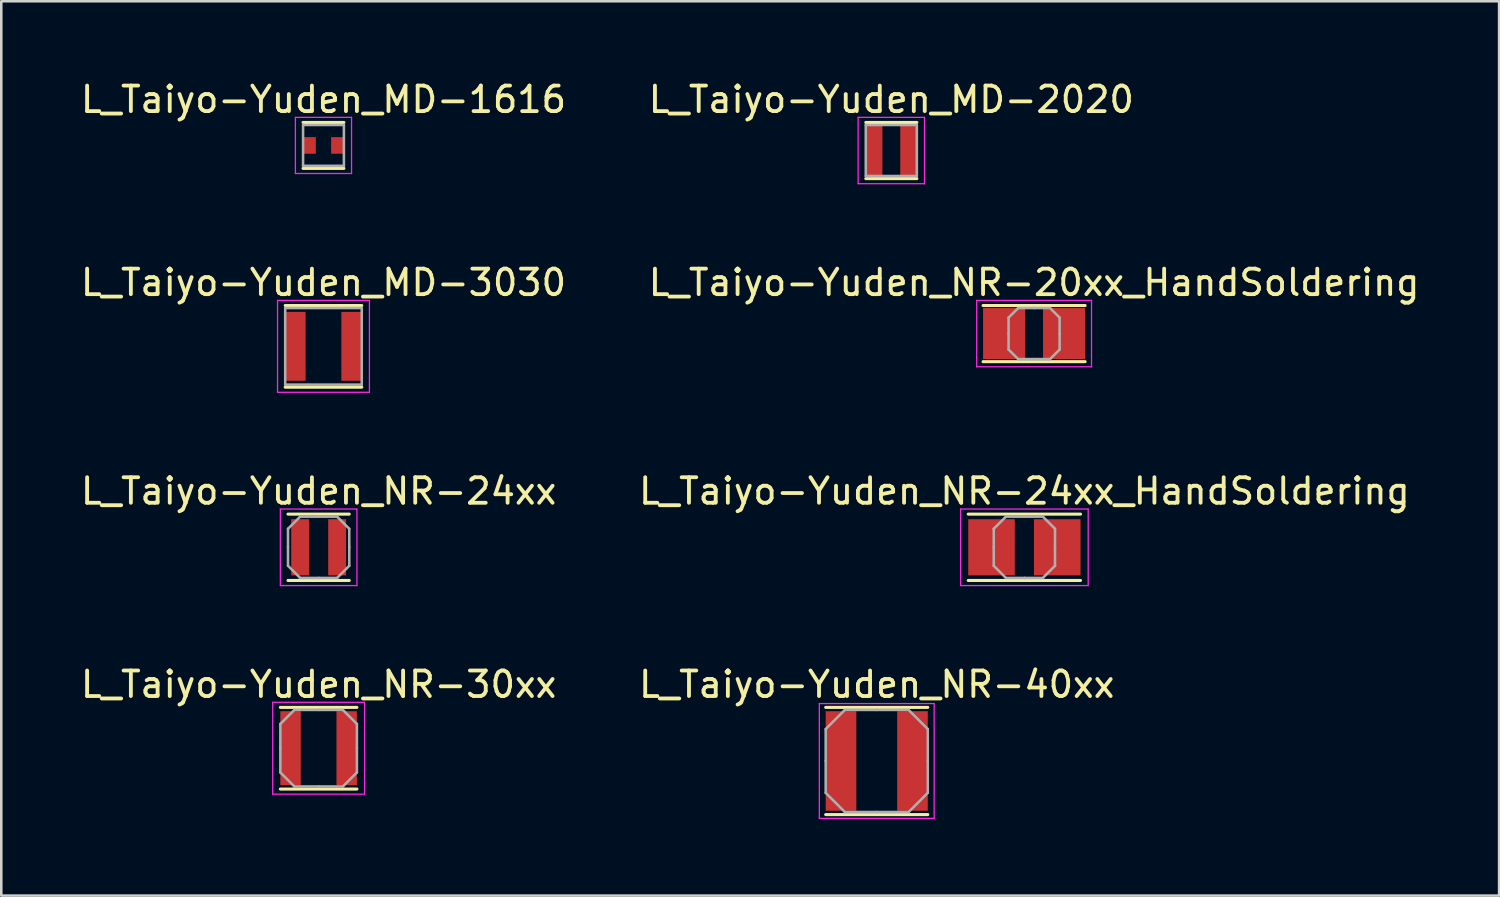
<source format=kicad_pcb>
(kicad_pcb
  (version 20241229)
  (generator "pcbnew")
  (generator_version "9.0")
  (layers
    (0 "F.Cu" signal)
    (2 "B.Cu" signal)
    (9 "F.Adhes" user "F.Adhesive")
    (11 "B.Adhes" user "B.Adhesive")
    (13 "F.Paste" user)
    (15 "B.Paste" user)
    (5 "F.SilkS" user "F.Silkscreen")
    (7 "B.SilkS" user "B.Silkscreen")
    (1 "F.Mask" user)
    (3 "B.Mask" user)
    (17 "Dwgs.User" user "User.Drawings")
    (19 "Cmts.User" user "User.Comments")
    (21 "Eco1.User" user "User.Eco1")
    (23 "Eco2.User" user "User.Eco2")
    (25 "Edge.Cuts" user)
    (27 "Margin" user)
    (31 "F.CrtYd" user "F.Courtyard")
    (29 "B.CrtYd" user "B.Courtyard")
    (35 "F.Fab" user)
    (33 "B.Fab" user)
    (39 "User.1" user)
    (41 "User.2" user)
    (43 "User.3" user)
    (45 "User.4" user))
  (footprint "L_Taiyo-Yuden_NR-24xx_HandSoldering"
    (layer "F.Cu")
    (at 37.089 18.395)
    (property "Reference" "L_Taiyo-Yuden_NR-24xx_HandSoldering" (at 0 -2.2 0) (layer "F.SilkS") (effects (font (size 1 1) (thickness 0.15))))
    (attr smd)
    (fp_line (start -2.2 -1.3) (end 2.2 -1.3) (stroke (width 0.12) (type solid)) (layer "F.SilkS"))
    (fp_line (start -2.2 1.3) (end 2.2 1.3) (stroke (width 0.12) (type solid)) (layer "F.SilkS"))
    (fp_line (start -2.5 -1.5) (end -2.5 1.5) (stroke (width 0.05) (type solid)) (layer "F.CrtYd"))
    (fp_line (start -2.5 1.5) (end 2.5 1.5) (stroke (width 0.05) (type solid)) (layer "F.CrtYd"))
    (fp_line (start 2.5 -1.5) (end -2.5 -1.5) (stroke (width 0.05) (type solid)) (layer "F.CrtYd"))
    (fp_line (start 2.5 1.5) (end 2.5 -1.5) (stroke (width 0.05) (type solid)) (layer "F.CrtYd"))
    (fp_line (start -1.2 -0.725) (end -0.725 -1.2) (stroke (width 0.1) (type solid)) (layer "F.Fab"))
    (fp_line (start -1.2 0) (end -1.2 -0.725) (stroke (width 0.1) (type solid)) (layer "F.Fab"))
    (fp_line (start -1.2 0) (end -1.2 0.725) (stroke (width 0.1) (type solid)) (layer "F.Fab"))
    (fp_line (start -1.2 0.725) (end -0.725 1.2) (stroke (width 0.1) (type solid)) (layer "F.Fab"))
    (fp_line (start -0.725 -1.2) (end 0 -1.2) (stroke (width 0.1) (type solid)) (layer "F.Fab"))
    (fp_line (start -0.725 1.2) (end 0 1.2) (stroke (width 0.1) (type solid)) (layer "F.Fab"))
    (fp_line (start 0.725 -1.2) (end 0 -1.2) (stroke (width 0.1) (type solid)) (layer "F.Fab"))
    (fp_line (start 0.725 1.2) (end 0 1.2) (stroke (width 0.1) (type solid)) (layer "F.Fab"))
    (fp_line (start 1.2 -0.725) (end 0.725 -1.2) (stroke (width 0.1) (type solid)) (layer "F.Fab"))
    (fp_line (start 1.2 0) (end 1.2 -0.725) (stroke (width 0.1) (type solid)) (layer "F.Fab"))
    (fp_line (start 1.2 0) (end 1.2 0.725) (stroke (width 0.1) (type solid)) (layer "F.Fab"))
    (fp_line (start 1.2 0.725) (end 0.725 1.2) (stroke (width 0.1) (type solid)) (layer "F.Fab"))
    (pad "1" smd rect (at -1.288 0) (size 1.825 2.2) (layers "F.Cu" "F.Mask" "F.Paste"))
    (pad "2" smd rect (at 1.288 0) (size 1.825 2.2) (layers "F.Cu" "F.Mask" "F.Paste")))
  (footprint "L_Taiyo-Yuden_MD-1616"
    (layer "F.Cu")
    (at 9.625 2.648)
    (property "Reference" "L_Taiyo-Yuden_MD-1616" (at 0 -1.8 0) (layer "F.SilkS") (effects (font (size 1 1) (thickness 0.15))))
    (attr smd)
    (fp_line (start -0.8 -0.9) (end 0.8 -0.9) (stroke (width 0.12) (type solid)) (layer "F.SilkS"))
    (fp_line (start -0.8 0.9) (end 0.8 0.9) (stroke (width 0.12) (type solid)) (layer "F.SilkS"))
    (fp_line (start -1.1 -1.1) (end -1.1 1.1) (stroke (width 0.05) (type solid)) (layer "F.CrtYd"))
    (fp_line (start -1.1 1.1) (end 1.1 1.1) (stroke (width 0.05) (type solid)) (layer "F.CrtYd"))
    (fp_line (start 1.1 -1.1) (end -1.1 -1.1) (stroke (width 0.05) (type solid)) (layer "F.CrtYd"))
    (fp_line (start 1.1 1.1) (end 1.1 -1.1) (stroke (width 0.05) (type solid)) (layer "F.CrtYd"))
    (fp_line (start -0.8 -0.8) (end -0.8 0.8) (stroke (width 0.1) (type solid)) (layer "F.Fab"))
    (fp_line (start -0.8 0.8) (end 0.8 0.8) (stroke (width 0.1) (type solid)) (layer "F.Fab"))
    (fp_line (start 0.8 -0.8) (end -0.8 -0.8) (stroke (width 0.1) (type solid)) (layer "F.Fab"))
    (fp_line (start 0.8 0.8) (end 0.8 -0.8) (stroke (width 0.1) (type solid)) (layer "F.Fab"))
    (pad "1" smd rect (at -0.55 0) (size 0.5 0.65) (layers "F.Cu" "F.Mask" "F.Paste"))
    (pad "2" smd rect (at 0.55 0) (size 0.5 0.65) (layers "F.Cu" "F.Mask" "F.Paste")))
  (footprint "L_Taiyo-Yuden_NR-30xx"
    (layer "F.Cu")
    (at 9.435 26.268)
    (property "Reference" "L_Taiyo-Yuden_NR-30xx" (at 0 -2.5 0) (layer "F.SilkS") (effects (font (size 1 1) (thickness 0.15))))
    (attr smd)
    (fp_line (start -1.5 -1.6) (end 1.5 -1.6) (stroke (width 0.12) (type solid)) (layer "F.SilkS"))
    (fp_line (start -1.5 1.6) (end 1.5 1.6) (stroke (width 0.12) (type solid)) (layer "F.SilkS"))
    (fp_line (start -1.8 -1.8) (end -1.8 1.8) (stroke (width 0.05) (type solid)) (layer "F.CrtYd"))
    (fp_line (start -1.8 1.8) (end 1.8 1.8) (stroke (width 0.05) (type solid)) (layer "F.CrtYd"))
    (fp_line (start 1.8 -1.8) (end -1.8 -1.8) (stroke (width 0.05) (type solid)) (layer "F.CrtYd"))
    (fp_line (start 1.8 1.8) (end 1.8 -1.8) (stroke (width 0.05) (type solid)) (layer "F.CrtYd"))
    (fp_line (start -1.5 -0.95) (end -0.95 -1.5) (stroke (width 0.1) (type solid)) (layer "F.Fab"))
    (fp_line (start -1.5 0) (end -1.5 -0.95) (stroke (width 0.1) (type solid)) (layer "F.Fab"))
    (fp_line (start -1.5 0) (end -1.5 0.95) (stroke (width 0.1) (type solid)) (layer "F.Fab"))
    (fp_line (start -1.5 0.95) (end -0.95 1.5) (stroke (width 0.1) (type solid)) (layer "F.Fab"))
    (fp_line (start -0.95 -1.5) (end 0 -1.5) (stroke (width 0.1) (type solid)) (layer "F.Fab"))
    (fp_line (start -0.95 1.5) (end 0 1.5) (stroke (width 0.1) (type solid)) (layer "F.Fab"))
    (fp_line (start 0.95 -1.5) (end 0 -1.5) (stroke (width 0.1) (type solid)) (layer "F.Fab"))
    (fp_line (start 0.95 1.5) (end 0 1.5) (stroke (width 0.1) (type solid)) (layer "F.Fab"))
    (fp_line (start 1.5 -0.95) (end 0.95 -1.5) (stroke (width 0.1) (type solid)) (layer "F.Fab"))
    (fp_line (start 1.5 0) (end 1.5 -0.95) (stroke (width 0.1) (type solid)) (layer "F.Fab"))
    (fp_line (start 1.5 0) (end 1.5 0.95) (stroke (width 0.1) (type solid)) (layer "F.Fab"))
    (fp_line (start 1.5 0.95) (end 0.95 1.5) (stroke (width 0.1) (type solid)) (layer "F.Fab"))
    (pad "1" smd rect (at -1.1 0) (size 0.8 2.9) (layers "F.Cu" "F.Mask" "F.Paste"))
    (pad "2" smd rect (at 1.1 0) (size 0.8 2.9) (layers "F.Cu" "F.Mask" "F.Paste")))
  (footprint "L_Taiyo-Yuden_MD-2020"
    (layer "F.Cu")
    (at 31.875 2.848)
    (property "Reference" "L_Taiyo-Yuden_MD-2020" (at 0 -2 0) (layer "F.SilkS") (effects (font (size 1 1) (thickness 0.15))))
    (attr smd)
    (fp_line (start -1 -1.1) (end 1 -1.1) (stroke (width 0.12) (type solid)) (layer "F.SilkS"))
    (fp_line (start -1 1.1) (end 1 1.1) (stroke (width 0.12) (type solid)) (layer "F.SilkS"))
    (fp_line (start -1.3 -1.3) (end -1.3 1.3) (stroke (width 0.05) (type solid)) (layer "F.CrtYd"))
    (fp_line (start -1.3 1.3) (end 1.3 1.3) (stroke (width 0.05) (type solid)) (layer "F.CrtYd"))
    (fp_line (start 1.3 -1.3) (end -1.3 -1.3) (stroke (width 0.05) (type solid)) (layer "F.CrtYd"))
    (fp_line (start 1.3 1.3) (end 1.3 -1.3) (stroke (width 0.05) (type solid)) (layer "F.CrtYd"))
    (fp_line (start -1 -1) (end -1 1) (stroke (width 0.1) (type solid)) (layer "F.Fab"))
    (fp_line (start -1 1) (end 1 1) (stroke (width 0.1) (type solid)) (layer "F.Fab"))
    (fp_line (start 1 -1) (end -1 -1) (stroke (width 0.1) (type solid)) (layer "F.Fab"))
    (fp_line (start 1 1) (end 1 -1) (stroke (width 0.1) (type solid)) (layer "F.Fab"))
    (pad "1" smd rect (at -0.675 0) (size 0.65 2) (layers "F.Cu" "F.Mask" "F.Paste"))
    (pad "2" smd rect (at 0.675 0) (size 0.65 2) (layers "F.Cu" "F.Mask" "F.Paste")))
  (footprint "L_Taiyo-Yuden_NR-40xx"
    (layer "F.Cu")
    (at 31.304 26.768)
    (property "Reference" "L_Taiyo-Yuden_NR-40xx" (at 0 -3 0) (layer "F.SilkS") (effects (font (size 1 1) (thickness 0.15))))
    (attr smd)
    (fp_line (start -2 -2.1) (end 2 -2.1) (stroke (width 0.12) (type solid)) (layer "F.SilkS"))
    (fp_line (start -2 2.1) (end 2 2.1) (stroke (width 0.12) (type solid)) (layer "F.SilkS"))
    (fp_line (start -2.25 -2.25) (end -2.25 2.25) (stroke (width 0.05) (type solid)) (layer "F.CrtYd"))
    (fp_line (start -2.25 2.25) (end 2.25 2.25) (stroke (width 0.05) (type solid)) (layer "F.CrtYd"))
    (fp_line (start 2.25 -2.25) (end -2.25 -2.25) (stroke (width 0.05) (type solid)) (layer "F.CrtYd"))
    (fp_line (start 2.25 2.25) (end 2.25 -2.25) (stroke (width 0.05) (type solid)) (layer "F.CrtYd"))
    (fp_line (start -2 -1.25) (end -1.25 -2) (stroke (width 0.1) (type solid)) (layer "F.Fab"))
    (fp_line (start -2 0) (end -2 -1.25) (stroke (width 0.1) (type solid)) (layer "F.Fab"))
    (fp_line (start -2 0) (end -2 1.25) (stroke (width 0.1) (type solid)) (layer "F.Fab"))
    (fp_line (start -2 1.25) (end -1.25 2) (stroke (width 0.1) (type solid)) (layer "F.Fab"))
    (fp_line (start -1.25 -2) (end 0 -2) (stroke (width 0.1) (type solid)) (layer "F.Fab"))
    (fp_line (start -1.25 2) (end 0 2) (stroke (width 0.1) (type solid)) (layer "F.Fab"))
    (fp_line (start 1.25 -2) (end 0 -2) (stroke (width 0.1) (type solid)) (layer "F.Fab"))
    (fp_line (start 1.25 2) (end 0 2) (stroke (width 0.1) (type solid)) (layer "F.Fab"))
    (fp_line (start 2 -1.25) (end 1.25 -2) (stroke (width 0.1) (type solid)) (layer "F.Fab"))
    (fp_line (start 2 0) (end 2 -1.25) (stroke (width 0.1) (type solid)) (layer "F.Fab"))
    (fp_line (start 2 0) (end 2 1.25) (stroke (width 0.1) (type solid)) (layer "F.Fab"))
    (fp_line (start 2 1.25) (end 1.25 2) (stroke (width 0.1) (type solid)) (layer "F.Fab"))
    (pad "1" smd rect (at -1.4 0) (size 1.2 3.9) (layers "F.Cu" "F.Mask" "F.Paste"))
    (pad "2" smd rect (at 1.4 0) (size 1.2 3.9) (layers "F.Cu" "F.Mask" "F.Paste")))
  (footprint "L_Taiyo-Yuden_NR-20xx_HandSoldering"
    (layer "F.Cu")
    (at 37.47 10.021)
    (property "Reference" "L_Taiyo-Yuden_NR-20xx_HandSoldering" (at 0 -2 0) (layer "F.SilkS") (effects (font (size 1 1) (thickness 0.15))))
    (attr smd)
    (fp_line (start -2 -1.1) (end 2 -1.1) (stroke (width 0.12) (type solid)) (layer "F.SilkS"))
    (fp_line (start -2 1.1) (end 2 1.1) (stroke (width 0.12) (type solid)) (layer "F.SilkS"))
    (fp_line (start -2.25 -1.3) (end -2.25 1.3) (stroke (width 0.05) (type solid)) (layer "F.CrtYd"))
    (fp_line (start -2.25 1.3) (end 2.25 1.3) (stroke (width 0.05) (type solid)) (layer "F.CrtYd"))
    (fp_line (start 2.25 -1.3) (end -2.25 -1.3) (stroke (width 0.05) (type solid)) (layer "F.CrtYd"))
    (fp_line (start 2.25 1.3) (end 2.25 -1.3) (stroke (width 0.05) (type solid)) (layer "F.CrtYd"))
    (fp_line (start -1 -0.625) (end -0.625 -1) (stroke (width 0.1) (type solid)) (layer "F.Fab"))
    (fp_line (start -1 0) (end -1 -0.625) (stroke (width 0.1) (type solid)) (layer "F.Fab"))
    (fp_line (start -1 0) (end -1 0.625) (stroke (width 0.1) (type solid)) (layer "F.Fab"))
    (fp_line (start -1 0.625) (end -0.625 1) (stroke (width 0.1) (type solid)) (layer "F.Fab"))
    (fp_line (start -0.625 -1) (end 0 -1) (stroke (width 0.1) (type solid)) (layer "F.Fab"))
    (fp_line (start -0.625 1) (end 0 1) (stroke (width 0.1) (type solid)) (layer "F.Fab"))
    (fp_line (start 0.625 -1) (end 0 -1) (stroke (width 0.1) (type solid)) (layer "F.Fab"))
    (fp_line (start 0.625 1) (end 0 1) (stroke (width 0.1) (type solid)) (layer "F.Fab"))
    (fp_line (start 1 -0.625) (end 0.625 -1) (stroke (width 0.1) (type solid)) (layer "F.Fab"))
    (fp_line (start 1 0) (end 1 -0.625) (stroke (width 0.1) (type solid)) (layer "F.Fab"))
    (fp_line (start 1 0) (end 1 0.625) (stroke (width 0.1) (type solid)) (layer "F.Fab"))
    (fp_line (start 1 0.625) (end 0.625 1) (stroke (width 0.1) (type solid)) (layer "F.Fab"))
    (pad "1" smd rect (at -1.175 0) (size 1.65 2) (layers "F.Cu" "F.Mask" "F.Paste"))
    (pad "2" smd rect (at 1.175 0) (size 1.65 2) (layers "F.Cu" "F.Mask" "F.Paste")))
  (footprint "L_Taiyo-Yuden_MD-3030"
    (layer "F.Cu")
    (at 9.625 10.521)
    (property "Reference" "L_Taiyo-Yuden_MD-3030" (at 0 -2.5 0) (layer "F.SilkS") (effects (font (size 1 1) (thickness 0.15))))
    (attr smd)
    (fp_line (start -1.5 -1.6) (end 1.5 -1.6) (stroke (width 0.12) (type solid)) (layer "F.SilkS"))
    (fp_line (start -1.5 1.6) (end 1.5 1.6) (stroke (width 0.12) (type solid)) (layer "F.SilkS"))
    (fp_line (start -1.8 -1.8) (end -1.8 1.8) (stroke (width 0.05) (type solid)) (layer "F.CrtYd"))
    (fp_line (start -1.8 1.8) (end 1.8 1.8) (stroke (width 0.05) (type solid)) (layer "F.CrtYd"))
    (fp_line (start 1.8 -1.8) (end -1.8 -1.8) (stroke (width 0.05) (type solid)) (layer "F.CrtYd"))
    (fp_line (start 1.8 1.8) (end 1.8 -1.8) (stroke (width 0.05) (type solid)) (layer "F.CrtYd"))
    (fp_line (start -1.5 -1.5) (end -1.5 1.5) (stroke (width 0.1) (type solid)) (layer "F.Fab"))
    (fp_line (start -1.5 1.5) (end 1.5 1.5) (stroke (width 0.1) (type solid)) (layer "F.Fab"))
    (fp_line (start 1.5 -1.5) (end -1.5 -1.5) (stroke (width 0.1) (type solid)) (layer "F.Fab"))
    (fp_line (start 1.5 1.5) (end 1.5 -1.5) (stroke (width 0.1) (type solid)) (layer "F.Fab"))
    (pad "1" smd rect (at -1.1 0) (size 0.8 2.7) (layers "F.Cu" "F.Mask" "F.Paste"))
    (pad "2" smd rect (at 1.1 0) (size 0.8 2.7) (layers "F.Cu" "F.Mask" "F.Paste")))
  (footprint "L_Taiyo-Yuden_NR-24xx"
    (layer "F.Cu")
    (at 9.435 18.395)
    (property "Reference" "L_Taiyo-Yuden_NR-24xx" (at 0 -2.2 0) (layer "F.SilkS") (effects (font (size 1 1) (thickness 0.15))))
    (attr smd)
    (fp_line (start -1.2 -1.3) (end 1.2 -1.3) (stroke (width 0.12) (type solid)) (layer "F.SilkS"))
    (fp_line (start -1.2 1.3) (end 1.2 1.3) (stroke (width 0.12) (type solid)) (layer "F.SilkS"))
    (fp_line (start -1.5 -1.5) (end -1.5 1.5) (stroke (width 0.05) (type solid)) (layer "F.CrtYd"))
    (fp_line (start -1.5 1.5) (end 1.5 1.5) (stroke (width 0.05) (type solid)) (layer "F.CrtYd"))
    (fp_line (start 1.5 -1.5) (end -1.5 -1.5) (stroke (width 0.05) (type solid)) (layer "F.CrtYd"))
    (fp_line (start 1.5 1.5) (end 1.5 -1.5) (stroke (width 0.05) (type solid)) (layer "F.CrtYd"))
    (fp_line (start -1.2 -0.725) (end -0.725 -1.2) (stroke (width 0.1) (type solid)) (layer "F.Fab"))
    (fp_line (start -1.2 0) (end -1.2 -0.725) (stroke (width 0.1) (type solid)) (layer "F.Fab"))
    (fp_line (start -1.2 0) (end -1.2 0.725) (stroke (width 0.1) (type solid)) (layer "F.Fab"))
    (fp_line (start -1.2 0.725) (end -0.725 1.2) (stroke (width 0.1) (type solid)) (layer "F.Fab"))
    (fp_line (start -0.725 -1.2) (end 0 -1.2) (stroke (width 0.1) (type solid)) (layer "F.Fab"))
    (fp_line (start -0.725 1.2) (end 0 1.2) (stroke (width 0.1) (type solid)) (layer "F.Fab"))
    (fp_line (start 0.725 -1.2) (end 0 -1.2) (stroke (width 0.1) (type solid)) (layer "F.Fab"))
    (fp_line (start 0.725 1.2) (end 0 1.2) (stroke (width 0.1) (type solid)) (layer "F.Fab"))
    (fp_line (start 1.2 -0.725) (end 0.725 -1.2) (stroke (width 0.1) (type solid)) (layer "F.Fab"))
    (fp_line (start 1.2 0) (end 1.2 -0.725) (stroke (width 0.1) (type solid)) (layer "F.Fab"))
    (fp_line (start 1.2 0) (end 1.2 0.725) (stroke (width 0.1) (type solid)) (layer "F.Fab"))
    (fp_line (start 1.2 0.725) (end 0.725 1.2) (stroke (width 0.1) (type solid)) (layer "F.Fab"))
    (pad "1" smd rect (at -0.725 0) (size 0.7 2.2) (layers "F.Cu" "F.Mask" "F.Paste"))
    (pad "2" smd rect (at 0.725 0) (size 0.7 2.2) (layers "F.Cu" "F.Mask" "F.Paste")))
  (gr_rect
    (start -3 -3)
    (end 55.69 32.043)
    (stroke (width 0.1) (type default))
    (fill no)
    (layer "Edge.Cuts")))
</source>
